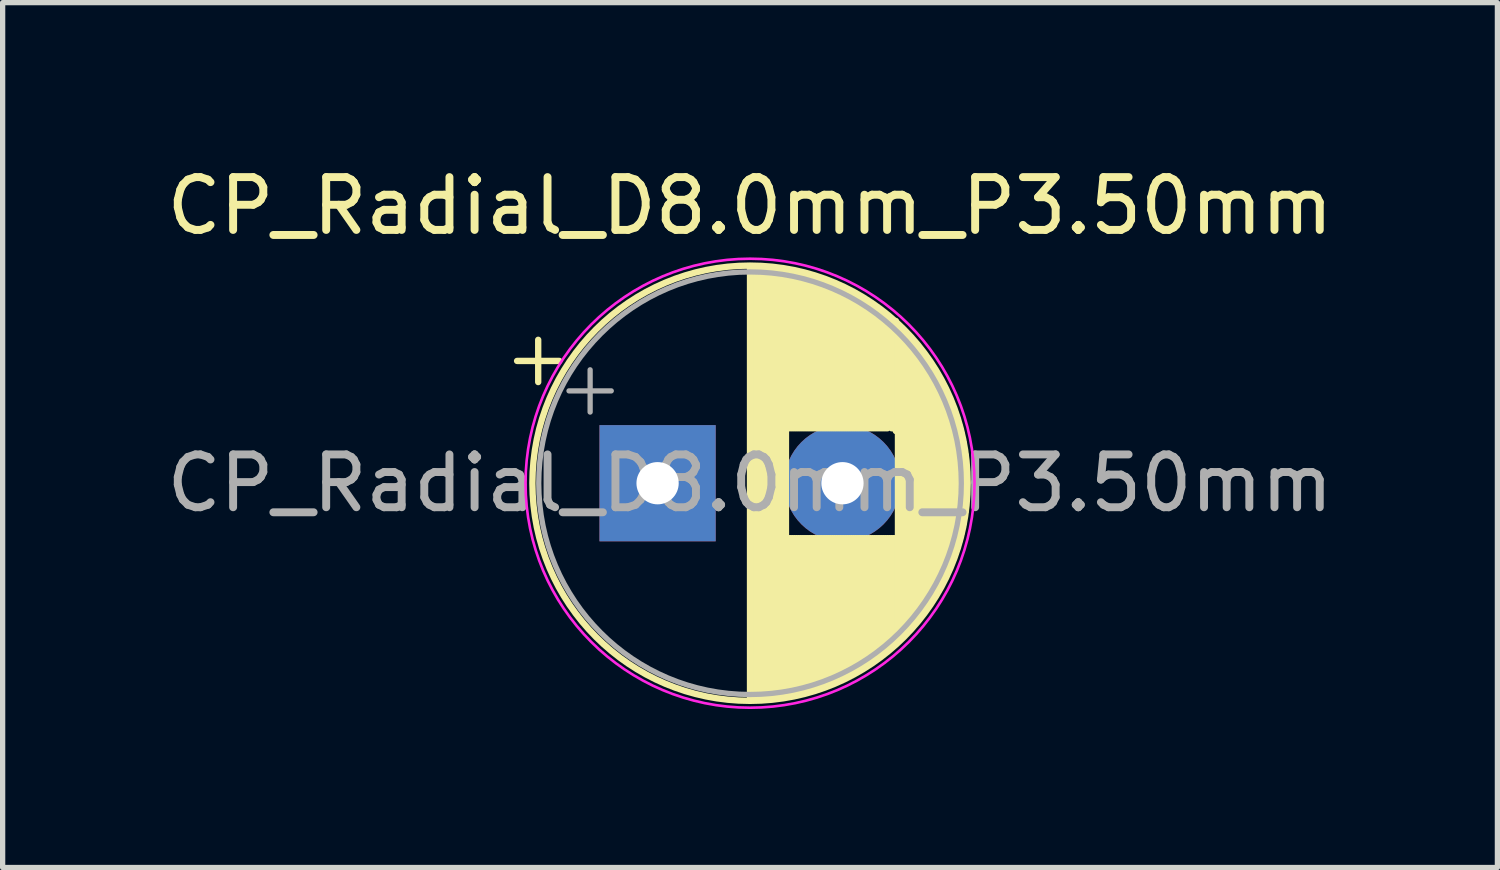
<source format=kicad_pcb>
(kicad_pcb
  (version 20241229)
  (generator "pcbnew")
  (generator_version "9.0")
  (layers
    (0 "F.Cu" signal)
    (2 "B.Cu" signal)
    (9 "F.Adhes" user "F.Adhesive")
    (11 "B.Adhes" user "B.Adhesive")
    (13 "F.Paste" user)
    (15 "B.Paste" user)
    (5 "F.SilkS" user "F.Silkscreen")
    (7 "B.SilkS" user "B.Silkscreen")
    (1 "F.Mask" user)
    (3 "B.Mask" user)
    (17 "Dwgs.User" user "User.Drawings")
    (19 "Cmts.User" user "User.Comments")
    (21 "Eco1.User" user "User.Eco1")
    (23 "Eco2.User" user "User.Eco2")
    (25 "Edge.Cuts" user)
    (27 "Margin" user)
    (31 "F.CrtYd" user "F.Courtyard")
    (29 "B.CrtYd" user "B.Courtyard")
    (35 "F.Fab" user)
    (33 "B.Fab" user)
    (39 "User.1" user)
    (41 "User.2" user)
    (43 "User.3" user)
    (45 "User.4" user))
  (footprint "CP_Radial_D8.0mm_P3.50mm"
    (layer "F.Cu")
    (at 9.399 6.098)
    (property "Reference" "CP_Radial_D8.0mm_P3.50mm" (at 1.75 -5.25 0) (layer "F.SilkS") (effects (font (size 1 1) (thickness 0.15))))
    (attr through_hole)
    (fp_line (start -2.66 -2.315) (end -1.86 -2.315) (stroke (width 0.12) (type solid)) (layer "F.SilkS"))
    (fp_line (start -2.26 -2.715) (end -2.26 -1.915) (stroke (width 0.12) (type solid)) (layer "F.SilkS"))
    (fp_line (start 1.75 -4.08) (end 1.75 4.08) (stroke (width 0.12) (type solid)) (layer "F.SilkS"))
    (fp_line (start 1.79 -4.08) (end 1.79 4.08) (stroke (width 0.12) (type solid)) (layer "F.SilkS"))
    (fp_line (start 1.83 -4.08) (end 1.83 4.08) (stroke (width 0.12) (type solid)) (layer "F.SilkS"))
    (fp_line (start 1.87 -4.079) (end 1.87 4.079) (stroke (width 0.12) (type solid)) (layer "F.SilkS"))
    (fp_line (start 1.91 -4.077) (end 1.91 4.077) (stroke (width 0.12) (type solid)) (layer "F.SilkS"))
    (fp_line (start 1.95 -4.076) (end 1.95 4.076) (stroke (width 0.12) (type solid)) (layer "F.SilkS"))
    (fp_line (start 1.99 -4.074) (end 1.99 4.074) (stroke (width 0.12) (type solid)) (layer "F.SilkS"))
    (fp_line (start 2.03 -4.071) (end 2.03 4.071) (stroke (width 0.12) (type solid)) (layer "F.SilkS"))
    (fp_line (start 2.07 -4.068) (end 2.07 4.068) (stroke (width 0.12) (type solid)) (layer "F.SilkS"))
    (fp_line (start 2.11 -4.065) (end 2.11 4.065) (stroke (width 0.12) (type solid)) (layer "F.SilkS"))
    (fp_line (start 2.15 -4.061) (end 2.15 4.061) (stroke (width 0.12) (type solid)) (layer "F.SilkS"))
    (fp_line (start 2.19 -4.057) (end 2.19 4.057) (stroke (width 0.12) (type solid)) (layer "F.SilkS"))
    (fp_line (start 2.23 -4.052) (end 2.23 4.052) (stroke (width 0.12) (type solid)) (layer "F.SilkS"))
    (fp_line (start 2.27 -4.048) (end 2.27 4.048) (stroke (width 0.12) (type solid)) (layer "F.SilkS"))
    (fp_line (start 2.31 -4.042) (end 2.31 4.042) (stroke (width 0.12) (type solid)) (layer "F.SilkS"))
    (fp_line (start 2.35 -4.037) (end 2.35 4.037) (stroke (width 0.12) (type solid)) (layer "F.SilkS"))
    (fp_line (start 2.39 -4.03) (end 2.39 4.03) (stroke (width 0.12) (type solid)) (layer "F.SilkS"))
    (fp_line (start 2.43 -4.024) (end 2.43 4.024) (stroke (width 0.12) (type solid)) (layer "F.SilkS"))
    (fp_line (start 2.471 -4.017) (end 2.471 -1.04) (stroke (width 0.12) (type solid)) (layer "F.SilkS"))
    (fp_line (start 2.471 1.04) (end 2.471 4.017) (stroke (width 0.12) (type solid)) (layer "F.SilkS"))
    (fp_line (start 2.511 -4.01) (end 2.511 -1.04) (stroke (width 0.12) (type solid)) (layer "F.SilkS"))
    (fp_line (start 2.511 1.04) (end 2.511 4.01) (stroke (width 0.12) (type solid)) (layer "F.SilkS"))
    (fp_line (start 2.551 -4.002) (end 2.551 -1.04) (stroke (width 0.12) (type solid)) (layer "F.SilkS"))
    (fp_line (start 2.551 1.04) (end 2.551 4.002) (stroke (width 0.12) (type solid)) (layer "F.SilkS"))
    (fp_line (start 2.591 -3.994) (end 2.591 -1.04) (stroke (width 0.12) (type solid)) (layer "F.SilkS"))
    (fp_line (start 2.591 1.04) (end 2.591 3.994) (stroke (width 0.12) (type solid)) (layer "F.SilkS"))
    (fp_line (start 2.631 -3.985) (end 2.631 -1.04) (stroke (width 0.12) (type solid)) (layer "F.SilkS"))
    (fp_line (start 2.631 1.04) (end 2.631 3.985) (stroke (width 0.12) (type solid)) (layer "F.SilkS"))
    (fp_line (start 2.671 -3.976) (end 2.671 -1.04) (stroke (width 0.12) (type solid)) (layer "F.SilkS"))
    (fp_line (start 2.671 1.04) (end 2.671 3.976) (stroke (width 0.12) (type solid)) (layer "F.SilkS"))
    (fp_line (start 2.711 -3.967) (end 2.711 -1.04) (stroke (width 0.12) (type solid)) (layer "F.SilkS"))
    (fp_line (start 2.711 1.04) (end 2.711 3.967) (stroke (width 0.12) (type solid)) (layer "F.SilkS"))
    (fp_line (start 2.751 -3.957) (end 2.751 -1.04) (stroke (width 0.12) (type solid)) (layer "F.SilkS"))
    (fp_line (start 2.751 1.04) (end 2.751 3.957) (stroke (width 0.12) (type solid)) (layer "F.SilkS"))
    (fp_line (start 2.791 -3.947) (end 2.791 -1.04) (stroke (width 0.12) (type solid)) (layer "F.SilkS"))
    (fp_line (start 2.791 1.04) (end 2.791 3.947) (stroke (width 0.12) (type solid)) (layer "F.SilkS"))
    (fp_line (start 2.831 -3.936) (end 2.831 -1.04) (stroke (width 0.12) (type solid)) (layer "F.SilkS"))
    (fp_line (start 2.831 1.04) (end 2.831 3.936) (stroke (width 0.12) (type solid)) (layer "F.SilkS"))
    (fp_line (start 2.871 -3.925) (end 2.871 -1.04) (stroke (width 0.12) (type solid)) (layer "F.SilkS"))
    (fp_line (start 2.871 1.04) (end 2.871 3.925) (stroke (width 0.12) (type solid)) (layer "F.SilkS"))
    (fp_line (start 2.911 -3.914) (end 2.911 -1.04) (stroke (width 0.12) (type solid)) (layer "F.SilkS"))
    (fp_line (start 2.911 1.04) (end 2.911 3.914) (stroke (width 0.12) (type solid)) (layer "F.SilkS"))
    (fp_line (start 2.951 -3.902) (end 2.951 -1.04) (stroke (width 0.12) (type solid)) (layer "F.SilkS"))
    (fp_line (start 2.951 1.04) (end 2.951 3.902) (stroke (width 0.12) (type solid)) (layer "F.SilkS"))
    (fp_line (start 2.991 -3.889) (end 2.991 -1.04) (stroke (width 0.12) (type solid)) (layer "F.SilkS"))
    (fp_line (start 2.991 1.04) (end 2.991 3.889) (stroke (width 0.12) (type solid)) (layer "F.SilkS"))
    (fp_line (start 3.031 -3.877) (end 3.031 -1.04) (stroke (width 0.12) (type solid)) (layer "F.SilkS"))
    (fp_line (start 3.031 1.04) (end 3.031 3.877) (stroke (width 0.12) (type solid)) (layer "F.SilkS"))
    (fp_line (start 3.071 -3.863) (end 3.071 -1.04) (stroke (width 0.12) (type solid)) (layer "F.SilkS"))
    (fp_line (start 3.071 1.04) (end 3.071 3.863) (stroke (width 0.12) (type solid)) (layer "F.SilkS"))
    (fp_line (start 3.111 -3.85) (end 3.111 -1.04) (stroke (width 0.12) (type solid)) (layer "F.SilkS"))
    (fp_line (start 3.111 1.04) (end 3.111 3.85) (stroke (width 0.12) (type solid)) (layer "F.SilkS"))
    (fp_line (start 3.151 -3.835) (end 3.151 -1.04) (stroke (width 0.12) (type solid)) (layer "F.SilkS"))
    (fp_line (start 3.151 1.04) (end 3.151 3.835) (stroke (width 0.12) (type solid)) (layer "F.SilkS"))
    (fp_line (start 3.191 -3.821) (end 3.191 -1.04) (stroke (width 0.12) (type solid)) (layer "F.SilkS"))
    (fp_line (start 3.191 1.04) (end 3.191 3.821) (stroke (width 0.12) (type solid)) (layer "F.SilkS"))
    (fp_line (start 3.231 -3.805) (end 3.231 -1.04) (stroke (width 0.12) (type solid)) (layer "F.SilkS"))
    (fp_line (start 3.231 1.04) (end 3.231 3.805) (stroke (width 0.12) (type solid)) (layer "F.SilkS"))
    (fp_line (start 3.271 -3.79) (end 3.271 -1.04) (stroke (width 0.12) (type solid)) (layer "F.SilkS"))
    (fp_line (start 3.271 1.04) (end 3.271 3.79) (stroke (width 0.12) (type solid)) (layer "F.SilkS"))
    (fp_line (start 3.311 -3.774) (end 3.311 -1.04) (stroke (width 0.12) (type solid)) (layer "F.SilkS"))
    (fp_line (start 3.311 1.04) (end 3.311 3.774) (stroke (width 0.12) (type solid)) (layer "F.SilkS"))
    (fp_line (start 3.351 -3.757) (end 3.351 -1.04) (stroke (width 0.12) (type solid)) (layer "F.SilkS"))
    (fp_line (start 3.351 1.04) (end 3.351 3.757) (stroke (width 0.12) (type solid)) (layer "F.SilkS"))
    (fp_line (start 3.391 -3.74) (end 3.391 -1.04) (stroke (width 0.12) (type solid)) (layer "F.SilkS"))
    (fp_line (start 3.391 1.04) (end 3.391 3.74) (stroke (width 0.12) (type solid)) (layer "F.SilkS"))
    (fp_line (start 3.431 -3.722) (end 3.431 -1.04) (stroke (width 0.12) (type solid)) (layer "F.SilkS"))
    (fp_line (start 3.431 1.04) (end 3.431 3.722) (stroke (width 0.12) (type solid)) (layer "F.SilkS"))
    (fp_line (start 3.471 -3.704) (end 3.471 -1.04) (stroke (width 0.12) (type solid)) (layer "F.SilkS"))
    (fp_line (start 3.471 1.04) (end 3.471 3.704) (stroke (width 0.12) (type solid)) (layer "F.SilkS"))
    (fp_line (start 3.511 -3.686) (end 3.511 -1.04) (stroke (width 0.12) (type solid)) (layer "F.SilkS"))
    (fp_line (start 3.511 1.04) (end 3.511 3.686) (stroke (width 0.12) (type solid)) (layer "F.SilkS"))
    (fp_line (start 3.551 -3.666) (end 3.551 -1.04) (stroke (width 0.12) (type solid)) (layer "F.SilkS"))
    (fp_line (start 3.551 1.04) (end 3.551 3.666) (stroke (width 0.12) (type solid)) (layer "F.SilkS"))
    (fp_line (start 3.591 -3.647) (end 3.591 -1.04) (stroke (width 0.12) (type solid)) (layer "F.SilkS"))
    (fp_line (start 3.591 1.04) (end 3.591 3.647) (stroke (width 0.12) (type solid)) (layer "F.SilkS"))
    (fp_line (start 3.631 -3.627) (end 3.631 -1.04) (stroke (width 0.12) (type solid)) (layer "F.SilkS"))
    (fp_line (start 3.631 1.04) (end 3.631 3.627) (stroke (width 0.12) (type solid)) (layer "F.SilkS"))
    (fp_line (start 3.671 -3.606) (end 3.671 -1.04) (stroke (width 0.12) (type solid)) (layer "F.SilkS"))
    (fp_line (start 3.671 1.04) (end 3.671 3.606) (stroke (width 0.12) (type solid)) (layer "F.SilkS"))
    (fp_line (start 3.711 -3.584) (end 3.711 -1.04) (stroke (width 0.12) (type solid)) (layer "F.SilkS"))
    (fp_line (start 3.711 1.04) (end 3.711 3.584) (stroke (width 0.12) (type solid)) (layer "F.SilkS"))
    (fp_line (start 3.751 -3.562) (end 3.751 -1.04) (stroke (width 0.12) (type solid)) (layer "F.SilkS"))
    (fp_line (start 3.751 1.04) (end 3.751 3.562) (stroke (width 0.12) (type solid)) (layer "F.SilkS"))
    (fp_line (start 3.791 -3.54) (end 3.791 -1.04) (stroke (width 0.12) (type solid)) (layer "F.SilkS"))
    (fp_line (start 3.791 1.04) (end 3.791 3.54) (stroke (width 0.12) (type solid)) (layer "F.SilkS"))
    (fp_line (start 3.831 -3.517) (end 3.831 -1.04) (stroke (width 0.12) (type solid)) (layer "F.SilkS"))
    (fp_line (start 3.831 1.04) (end 3.831 3.517) (stroke (width 0.12) (type solid)) (layer "F.SilkS"))
    (fp_line (start 3.871 -3.493) (end 3.871 -1.04) (stroke (width 0.12) (type solid)) (layer "F.SilkS"))
    (fp_line (start 3.871 1.04) (end 3.871 3.493) (stroke (width 0.12) (type solid)) (layer "F.SilkS"))
    (fp_line (start 3.911 -3.469) (end 3.911 -1.04) (stroke (width 0.12) (type solid)) (layer "F.SilkS"))
    (fp_line (start 3.911 1.04) (end 3.911 3.469) (stroke (width 0.12) (type solid)) (layer "F.SilkS"))
    (fp_line (start 3.951 -3.444) (end 3.951 -1.04) (stroke (width 0.12) (type solid)) (layer "F.SilkS"))
    (fp_line (start 3.951 1.04) (end 3.951 3.444) (stroke (width 0.12) (type solid)) (layer "F.SilkS"))
    (fp_line (start 3.991 -3.418) (end 3.991 -1.04) (stroke (width 0.12) (type solid)) (layer "F.SilkS"))
    (fp_line (start 3.991 1.04) (end 3.991 3.418) (stroke (width 0.12) (type solid)) (layer "F.SilkS"))
    (fp_line (start 4.031 -3.392) (end 4.031 -1.04) (stroke (width 0.12) (type solid)) (layer "F.SilkS"))
    (fp_line (start 4.031 1.04) (end 4.031 3.392) (stroke (width 0.12) (type solid)) (layer "F.SilkS"))
    (fp_line (start 4.071 -3.365) (end 4.071 -1.04) (stroke (width 0.12) (type solid)) (layer "F.SilkS"))
    (fp_line (start 4.071 1.04) (end 4.071 3.365) (stroke (width 0.12) (type solid)) (layer "F.SilkS"))
    (fp_line (start 4.111 -3.338) (end 4.111 -1.04) (stroke (width 0.12) (type solid)) (layer "F.SilkS"))
    (fp_line (start 4.111 1.04) (end 4.111 3.338) (stroke (width 0.12) (type solid)) (layer "F.SilkS"))
    (fp_line (start 4.151 -3.309) (end 4.151 -1.04) (stroke (width 0.12) (type solid)) (layer "F.SilkS"))
    (fp_line (start 4.151 1.04) (end 4.151 3.309) (stroke (width 0.12) (type solid)) (layer "F.SilkS"))
    (fp_line (start 4.191 -3.28) (end 4.191 -1.04) (stroke (width 0.12) (type solid)) (layer "F.SilkS"))
    (fp_line (start 4.191 1.04) (end 4.191 3.28) (stroke (width 0.12) (type solid)) (layer "F.SilkS"))
    (fp_line (start 4.231 -3.25) (end 4.231 -1.04) (stroke (width 0.12) (type solid)) (layer "F.SilkS"))
    (fp_line (start 4.231 1.04) (end 4.231 3.25) (stroke (width 0.12) (type solid)) (layer "F.SilkS"))
    (fp_line (start 4.271 -3.22) (end 4.271 -1.04) (stroke (width 0.12) (type solid)) (layer "F.SilkS"))
    (fp_line (start 4.271 1.04) (end 4.271 3.22) (stroke (width 0.12) (type solid)) (layer "F.SilkS"))
    (fp_line (start 4.311 -3.189) (end 4.311 -1.04) (stroke (width 0.12) (type solid)) (layer "F.SilkS"))
    (fp_line (start 4.311 1.04) (end 4.311 3.189) (stroke (width 0.12) (type solid)) (layer "F.SilkS"))
    (fp_line (start 4.351 -3.156) (end 4.351 -1.04) (stroke (width 0.12) (type solid)) (layer "F.SilkS"))
    (fp_line (start 4.351 1.04) (end 4.351 3.156) (stroke (width 0.12) (type solid)) (layer "F.SilkS"))
    (fp_line (start 4.391 1.04) (end 4.391 3.124) (stroke (width 0.12) (type solid)) (layer "F.SilkS"))
    (fp_line (start 4.431 -3.09) (end 4.431 -1.04) (stroke (width 0.12) (type solid)) (layer "F.SilkS"))
    (fp_line (start 4.431 1.04) (end 4.431 3.09) (stroke (width 0.12) (type solid)) (layer "F.SilkS"))
    (fp_line (start 4.471 -3.055) (end 4.471 -1.04) (stroke (width 0.12) (type solid)) (layer "F.SilkS"))
    (fp_line (start 4.471 1.04) (end 4.471 3.055) (stroke (width 0.12) (type solid)) (layer "F.SilkS"))
    (fp_line (start 4.511 -3.071) (end 4.511 -0.988) (stroke (width 0.12) (type solid)) (layer "F.SilkS"))
    (fp_line (start 4.511 -3.019) (end 4.511 -1.04) (stroke (width 0.12) (type solid)) (layer "F.SilkS"))
    (fp_line (start 4.511 1.04) (end 4.511 3.019) (stroke (width 0.12) (type solid)) (layer "F.SilkS"))
    (fp_line (start 4.551 -2.983) (end 4.551 2.983) (stroke (width 0.12) (type solid)) (layer "F.SilkS"))
    (fp_line (start 4.591 -2.945) (end 4.591 2.945) (stroke (width 0.12) (type solid)) (layer "F.SilkS"))
    (fp_line (start 4.631 -2.907) (end 4.631 2.907) (stroke (width 0.12) (type solid)) (layer "F.SilkS"))
    (fp_line (start 4.671 -2.867) (end 4.671 2.867) (stroke (width 0.12) (type solid)) (layer "F.SilkS"))
    (fp_line (start 4.711 -2.826) (end 4.711 2.826) (stroke (width 0.12) (type solid)) (layer "F.SilkS"))
    (fp_line (start 4.751 -2.784) (end 4.751 2.784) (stroke (width 0.12) (type solid)) (layer "F.SilkS"))
    (fp_line (start 4.791 -2.741) (end 4.791 2.741) (stroke (width 0.12) (type solid)) (layer "F.SilkS"))
    (fp_line (start 4.831 -2.697) (end 4.831 2.697) (stroke (width 0.12) (type solid)) (layer "F.SilkS"))
    (fp_line (start 4.871 -2.651) (end 4.871 2.651) (stroke (width 0.12) (type solid)) (layer "F.SilkS"))
    (fp_line (start 4.911 -2.604) (end 4.911 2.604) (stroke (width 0.12) (type solid)) (layer "F.SilkS"))
    (fp_line (start 4.951 -2.556) (end 4.951 2.556) (stroke (width 0.12) (type solid)) (layer "F.SilkS"))
    (fp_line (start 4.991 -2.505) (end 4.991 2.505) (stroke (width 0.12) (type solid)) (layer "F.SilkS"))
    (fp_line (start 5.031 -2.454) (end 5.031 2.454) (stroke (width 0.12) (type solid)) (layer "F.SilkS"))
    (fp_line (start 5.071 -2.4) (end 5.071 2.4) (stroke (width 0.12) (type solid)) (layer "F.SilkS"))
    (fp_line (start 5.111 -2.345) (end 5.111 2.345) (stroke (width 0.12) (type solid)) (layer "F.SilkS"))
    (fp_line (start 5.151 -2.287) (end 5.151 2.287) (stroke (width 0.12) (type solid)) (layer "F.SilkS"))
    (fp_line (start 5.191 -2.228) (end 5.191 2.228) (stroke (width 0.12) (type solid)) (layer "F.SilkS"))
    (fp_line (start 5.231 -2.166) (end 5.231 2.166) (stroke (width 0.12) (type solid)) (layer "F.SilkS"))
    (fp_line (start 5.271 -2.102) (end 5.271 2.102) (stroke (width 0.12) (type solid)) (layer "F.SilkS"))
    (fp_line (start 5.311 -2.034) (end 5.311 2.034) (stroke (width 0.12) (type solid)) (layer "F.SilkS"))
    (fp_line (start 5.351 -1.964) (end 5.351 1.964) (stroke (width 0.12) (type solid)) (layer "F.SilkS"))
    (fp_line (start 5.391 -1.89) (end 5.391 1.89) (stroke (width 0.12) (type solid)) (layer "F.SilkS"))
    (fp_line (start 5.431 -1.813) (end 5.431 1.813) (stroke (width 0.12) (type solid)) (layer "F.SilkS"))
    (fp_line (start 5.471 -1.731) (end 5.471 1.731) (stroke (width 0.12) (type solid)) (layer "F.SilkS"))
    (fp_line (start 5.511 -1.645) (end 5.511 1.645) (stroke (width 0.12) (type solid)) (layer "F.SilkS"))
    (fp_line (start 5.551 -1.552) (end 5.551 1.552) (stroke (width 0.12) (type solid)) (layer "F.SilkS"))
    (fp_line (start 5.591 -1.453) (end 5.591 1.453) (stroke (width 0.12) (type solid)) (layer "F.SilkS"))
    (fp_line (start 5.631 -1.346) (end 5.631 1.346) (stroke (width 0.12) (type solid)) (layer "F.SilkS"))
    (fp_line (start 5.671 -1.229) (end 5.671 1.229) (stroke (width 0.12) (type solid)) (layer "F.SilkS"))
    (fp_line (start 5.711 -1.098) (end 5.711 1.098) (stroke (width 0.12) (type solid)) (layer "F.SilkS"))
    (fp_line (start 5.751 -0.948) (end 5.751 0.948) (stroke (width 0.12) (type solid)) (layer "F.SilkS"))
    (fp_line (start 5.791 -0.768) (end 5.791 0.768) (stroke (width 0.12) (type solid)) (layer "F.SilkS"))
    (fp_line (start 5.831 -0.533) (end 5.831 0.533) (stroke (width 0.12) (type solid)) (layer "F.SilkS"))
    (fp_circle (center 1.75 0) (end 5.87 0) (stroke (width 0.12) (type solid)) (fill no) (layer "F.SilkS"))
    (fp_circle (center 1.75 0) (end 6 0) (stroke (width 0.05) (type solid)) (fill no) (layer "F.CrtYd"))
    (fp_line (start -1.677 -1.748) (end -0.877 -1.748) (stroke (width 0.1) (type solid)) (layer "F.Fab"))
    (fp_line (start -1.277 -2.147) (end -1.277 -1.347) (stroke (width 0.1) (type solid)) (layer "F.Fab"))
    (fp_circle (center 1.75 0) (end 5.75 0) (stroke (width 0.1) (type solid)) (fill no) (layer "F.Fab"))
    (fp_text user "${REFERENCE}" (at 1.75 0 0) (layer "F.Fab") (effects (font (size 1 1) (thickness 0.15))))
    (pad "1" thru_hole rect (at 0 0) (size 2.2 2.2) (drill 0.8) (layers "*.Cu" "*.Mask"))
    (pad "2" thru_hole circle (at 3.5 0) (size 2.2 2.2) (drill 0.8) (layers "*.Cu" "*.Mask")))
  (gr_rect
    (start -3 -3)
    (end 25.298 13.373)
    (stroke (width 0.1) (type default))
    (fill no)
    (layer "Edge.Cuts")))
</source>
